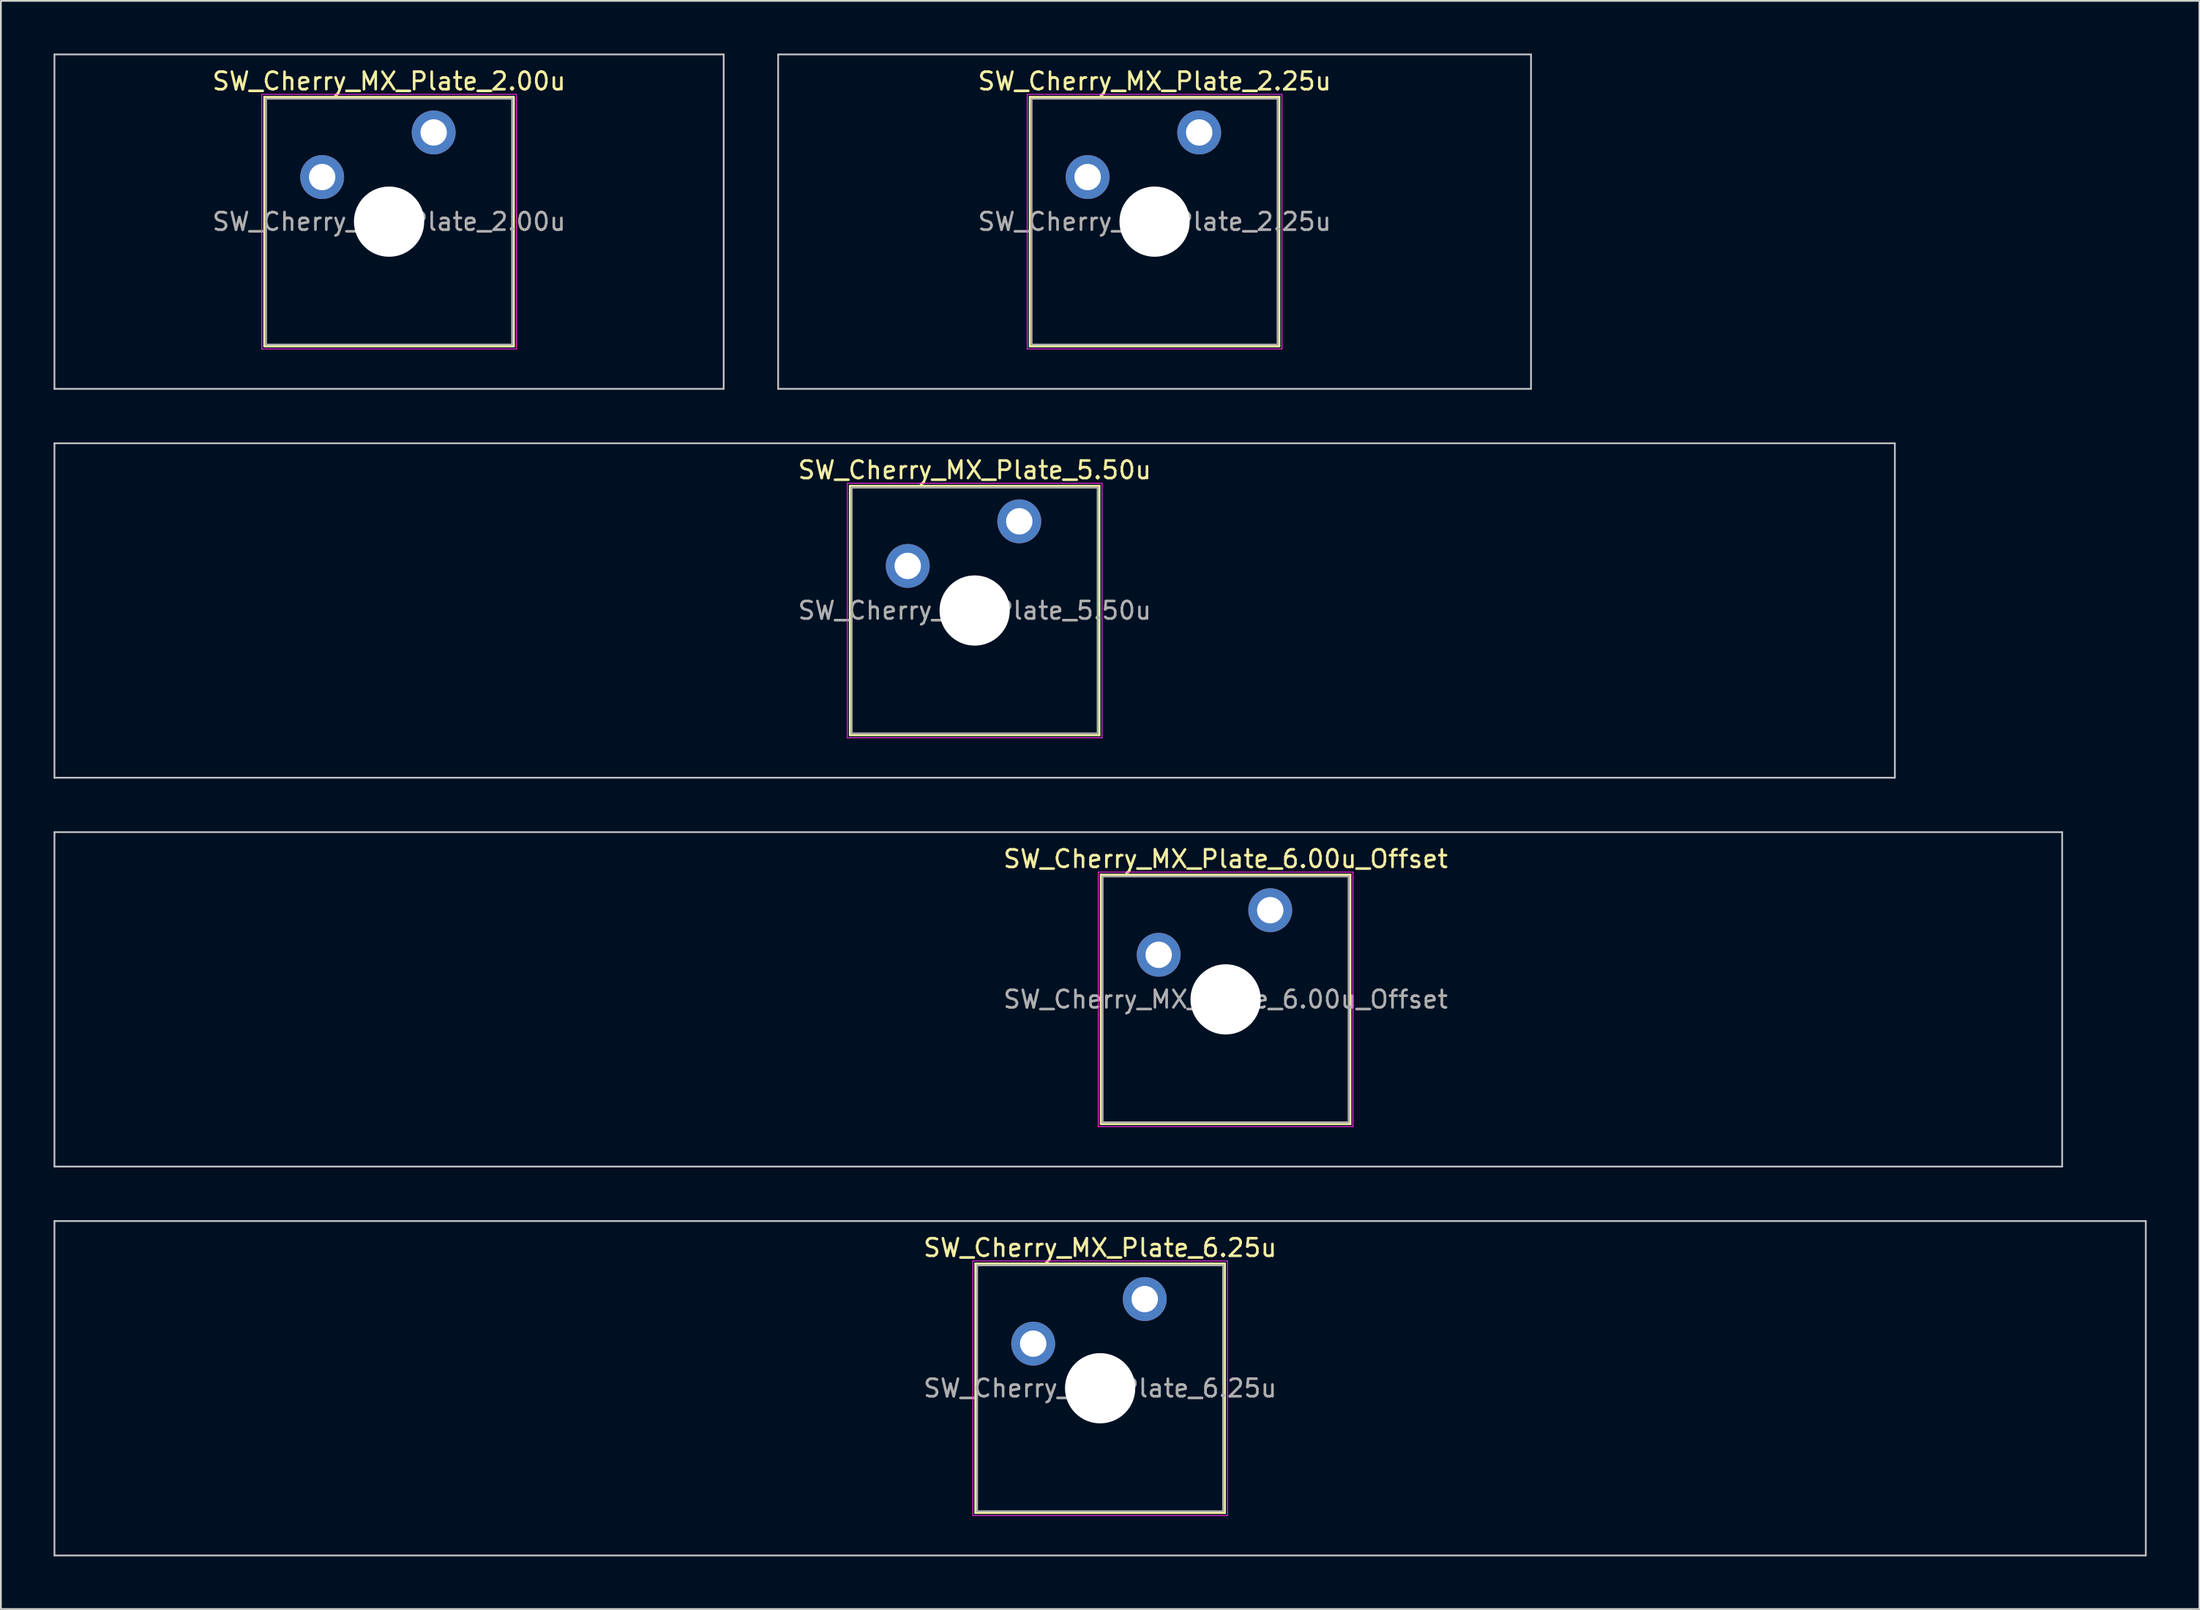
<source format=kicad_pcb>
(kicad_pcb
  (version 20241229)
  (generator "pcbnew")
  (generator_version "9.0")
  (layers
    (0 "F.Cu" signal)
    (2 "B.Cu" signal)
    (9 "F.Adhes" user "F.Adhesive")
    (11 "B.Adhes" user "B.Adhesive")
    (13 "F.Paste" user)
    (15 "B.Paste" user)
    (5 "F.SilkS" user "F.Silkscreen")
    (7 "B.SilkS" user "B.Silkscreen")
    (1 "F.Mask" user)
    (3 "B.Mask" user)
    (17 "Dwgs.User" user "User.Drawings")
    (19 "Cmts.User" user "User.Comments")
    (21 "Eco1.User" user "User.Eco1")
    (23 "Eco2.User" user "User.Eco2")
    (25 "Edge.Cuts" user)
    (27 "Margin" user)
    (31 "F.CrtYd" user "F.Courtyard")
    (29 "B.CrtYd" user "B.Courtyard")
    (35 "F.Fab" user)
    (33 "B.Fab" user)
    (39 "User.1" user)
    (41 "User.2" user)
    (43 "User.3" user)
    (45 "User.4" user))
  (footprint "SW_Cherry_MX_Plate_6.00u_Offset"
    (layer "F.Cu")
    (at 66.725 53.875)
    (property "Reference" "SW_Cherry_MX_Plate_6.00u_Offset" (at 0 -8 0) (layer "F.SilkS") (effects (font (size 1 1) (thickness 0.15))))
    (attr through_hole)
    (fp_line (start -7.1 -7.1) (end -7.1 7.1) (stroke (width 0.12) (type solid)) (layer "F.SilkS"))
    (fp_line (start -7.1 7.1) (end 7.1 7.1) (stroke (width 0.12) (type solid)) (layer "F.SilkS"))
    (fp_line (start 7.1 -7.1) (end -7.1 -7.1) (stroke (width 0.12) (type solid)) (layer "F.SilkS"))
    (fp_line (start 7.1 7.1) (end 7.1 -7.1) (stroke (width 0.12) (type solid)) (layer "F.SilkS"))
    (fp_line (start -66.675 -9.525) (end -66.675 9.525) (stroke (width 0.1) (type solid)) (layer "Dwgs.User"))
    (fp_line (start -66.675 9.525) (end 47.625 9.525) (stroke (width 0.1) (type solid)) (layer "Dwgs.User"))
    (fp_line (start 47.625 -9.525) (end -66.675 -9.525) (stroke (width 0.1) (type solid)) (layer "Dwgs.User"))
    (fp_line (start 47.625 9.525) (end 47.625 -9.525) (stroke (width 0.1) (type solid)) (layer "Dwgs.User"))
    (fp_line (start -7 -7) (end -7 7) (stroke (width 0.1) (type solid)) (layer "Eco1.User"))
    (fp_line (start -7 7) (end 7 7) (stroke (width 0.1) (type solid)) (layer "Eco1.User"))
    (fp_line (start 7 -7) (end -7 -7) (stroke (width 0.1) (type solid)) (layer "Eco1.User"))
    (fp_line (start 7 7) (end 7 -7) (stroke (width 0.1) (type solid)) (layer "Eco1.User"))
    (fp_line (start -7.25 -7.25) (end -7.25 7.25) (stroke (width 0.05) (type solid)) (layer "F.CrtYd"))
    (fp_line (start -7.25 7.25) (end 7.25 7.25) (stroke (width 0.05) (type solid)) (layer "F.CrtYd"))
    (fp_line (start 7.25 -7.25) (end -7.25 -7.25) (stroke (width 0.05) (type solid)) (layer "F.CrtYd"))
    (fp_line (start 7.25 7.25) (end 7.25 -7.25) (stroke (width 0.05) (type solid)) (layer "F.CrtYd"))
    (fp_line (start -7 -7) (end -7 7) (stroke (width 0.1) (type solid)) (layer "F.Fab"))
    (fp_line (start -7 7) (end 7 7) (stroke (width 0.1) (type solid)) (layer "F.Fab"))
    (fp_line (start 7 -7) (end -7 -7) (stroke (width 0.1) (type solid)) (layer "F.Fab"))
    (fp_line (start 7 7) (end 7 -7) (stroke (width 0.1) (type solid)) (layer "F.Fab"))
    (fp_text user "${REFERENCE}" (at 0 0 0) (layer "F.Fab") (effects (font (size 1 1) (thickness 0.15))))
    (pad "" np_thru_hole circle (at 0 0) (size 4 4) (drill 4) (layers "*.Cu" "*.Mask"))
    (pad "1" thru_hole circle (at -3.81 -2.54) (size 2.5 2.5) (drill 1.5) (layers "*.Cu" "*.Mask"))
    (pad "2" thru_hole circle (at 2.54 -5.08) (size 2.5 2.5) (drill 1.5) (layers "*.Cu" "*.Mask")))
  (footprint "SW_Cherry_MX_Plate_5.50u"
    (layer "F.Cu")
    (at 52.438 31.725)
    (property "Reference" "SW_Cherry_MX_Plate_5.50u" (at 0 -8 0) (layer "F.SilkS") (effects (font (size 1 1) (thickness 0.15))))
    (attr through_hole)
    (fp_line (start -7.1 -7.1) (end -7.1 7.1) (stroke (width 0.12) (type solid)) (layer "F.SilkS"))
    (fp_line (start -7.1 7.1) (end 7.1 7.1) (stroke (width 0.12) (type solid)) (layer "F.SilkS"))
    (fp_line (start 7.1 -7.1) (end -7.1 -7.1) (stroke (width 0.12) (type solid)) (layer "F.SilkS"))
    (fp_line (start 7.1 7.1) (end 7.1 -7.1) (stroke (width 0.12) (type solid)) (layer "F.SilkS"))
    (fp_line (start -52.388 -9.525) (end -52.388 9.525) (stroke (width 0.1) (type solid)) (layer "Dwgs.User"))
    (fp_line (start -52.388 9.525) (end 52.388 9.525) (stroke (width 0.1) (type solid)) (layer "Dwgs.User"))
    (fp_line (start 52.388 -9.525) (end -52.388 -9.525) (stroke (width 0.1) (type solid)) (layer "Dwgs.User"))
    (fp_line (start 52.388 9.525) (end 52.388 -9.525) (stroke (width 0.1) (type solid)) (layer "Dwgs.User"))
    (fp_line (start -7 -7) (end -7 7) (stroke (width 0.1) (type solid)) (layer "Eco1.User"))
    (fp_line (start -7 7) (end 7 7) (stroke (width 0.1) (type solid)) (layer "Eco1.User"))
    (fp_line (start 7 -7) (end -7 -7) (stroke (width 0.1) (type solid)) (layer "Eco1.User"))
    (fp_line (start 7 7) (end 7 -7) (stroke (width 0.1) (type solid)) (layer "Eco1.User"))
    (fp_line (start -7.25 -7.25) (end -7.25 7.25) (stroke (width 0.05) (type solid)) (layer "F.CrtYd"))
    (fp_line (start -7.25 7.25) (end 7.25 7.25) (stroke (width 0.05) (type solid)) (layer "F.CrtYd"))
    (fp_line (start 7.25 -7.25) (end -7.25 -7.25) (stroke (width 0.05) (type solid)) (layer "F.CrtYd"))
    (fp_line (start 7.25 7.25) (end 7.25 -7.25) (stroke (width 0.05) (type solid)) (layer "F.CrtYd"))
    (fp_line (start -7 -7) (end -7 7) (stroke (width 0.1) (type solid)) (layer "F.Fab"))
    (fp_line (start -7 7) (end 7 7) (stroke (width 0.1) (type solid)) (layer "F.Fab"))
    (fp_line (start 7 -7) (end -7 -7) (stroke (width 0.1) (type solid)) (layer "F.Fab"))
    (fp_line (start 7 7) (end 7 -7) (stroke (width 0.1) (type solid)) (layer "F.Fab"))
    (fp_text user "${REFERENCE}" (at 0 0 0) (layer "F.Fab") (effects (font (size 1 1) (thickness 0.15))))
    (pad "" np_thru_hole circle (at 0 0) (size 4 4) (drill 4) (layers "*.Cu" "*.Mask"))
    (pad "1" thru_hole circle (at -3.81 -2.54) (size 2.5 2.5) (drill 1.5) (layers "*.Cu" "*.Mask"))
    (pad "2" thru_hole circle (at 2.54 -5.08) (size 2.5 2.5) (drill 1.5) (layers "*.Cu" "*.Mask")))
  (footprint "SW_Cherry_MX_Plate_2.25u"
    (layer "F.Cu")
    (at 62.681 9.575)
    (property "Reference" "SW_Cherry_MX_Plate_2.25u" (at 0 -8 0) (layer "F.SilkS") (effects (font (size 1 1) (thickness 0.15))))
    (attr through_hole)
    (fp_line (start -7.1 -7.1) (end -7.1 7.1) (stroke (width 0.12) (type solid)) (layer "F.SilkS"))
    (fp_line (start -7.1 7.1) (end 7.1 7.1) (stroke (width 0.12) (type solid)) (layer "F.SilkS"))
    (fp_line (start 7.1 -7.1) (end -7.1 -7.1) (stroke (width 0.12) (type solid)) (layer "F.SilkS"))
    (fp_line (start 7.1 7.1) (end 7.1 -7.1) (stroke (width 0.12) (type solid)) (layer "F.SilkS"))
    (fp_line (start -21.431 -9.525) (end -21.431 9.525) (stroke (width 0.1) (type solid)) (layer "Dwgs.User"))
    (fp_line (start -21.431 9.525) (end 21.431 9.525) (stroke (width 0.1) (type solid)) (layer "Dwgs.User"))
    (fp_line (start 21.431 -9.525) (end -21.431 -9.525) (stroke (width 0.1) (type solid)) (layer "Dwgs.User"))
    (fp_line (start 21.431 9.525) (end 21.431 -9.525) (stroke (width 0.1) (type solid)) (layer "Dwgs.User"))
    (fp_line (start -7 -7) (end -7 7) (stroke (width 0.1) (type solid)) (layer "Eco1.User"))
    (fp_line (start -7 7) (end 7 7) (stroke (width 0.1) (type solid)) (layer "Eco1.User"))
    (fp_line (start 7 -7) (end -7 -7) (stroke (width 0.1) (type solid)) (layer "Eco1.User"))
    (fp_line (start 7 7) (end 7 -7) (stroke (width 0.1) (type solid)) (layer "Eco1.User"))
    (fp_line (start -7.25 -7.25) (end -7.25 7.25) (stroke (width 0.05) (type solid)) (layer "F.CrtYd"))
    (fp_line (start -7.25 7.25) (end 7.25 7.25) (stroke (width 0.05) (type solid)) (layer "F.CrtYd"))
    (fp_line (start 7.25 -7.25) (end -7.25 -7.25) (stroke (width 0.05) (type solid)) (layer "F.CrtYd"))
    (fp_line (start 7.25 7.25) (end 7.25 -7.25) (stroke (width 0.05) (type solid)) (layer "F.CrtYd"))
    (fp_line (start -7 -7) (end -7 7) (stroke (width 0.1) (type solid)) (layer "F.Fab"))
    (fp_line (start -7 7) (end 7 7) (stroke (width 0.1) (type solid)) (layer "F.Fab"))
    (fp_line (start 7 -7) (end -7 -7) (stroke (width 0.1) (type solid)) (layer "F.Fab"))
    (fp_line (start 7 7) (end 7 -7) (stroke (width 0.1) (type solid)) (layer "F.Fab"))
    (fp_text user "${REFERENCE}" (at 0 0 0) (layer "F.Fab") (effects (font (size 1 1) (thickness 0.15))))
    (pad "" np_thru_hole circle (at 0 0) (size 4 4) (drill 4) (layers "*.Cu" "*.Mask"))
    (pad "1" thru_hole circle (at -3.81 -2.54) (size 2.5 2.5) (drill 1.5) (layers "*.Cu" "*.Mask"))
    (pad "2" thru_hole circle (at 2.54 -5.08) (size 2.5 2.5) (drill 1.5) (layers "*.Cu" "*.Mask")))
  (footprint "SW_Cherry_MX_Plate_6.25u"
    (layer "F.Cu")
    (at 59.581 76.025)
    (property "Reference" "SW_Cherry_MX_Plate_6.25u" (at 0 -8 0) (layer "F.SilkS") (effects (font (size 1 1) (thickness 0.15))))
    (attr through_hole)
    (fp_line (start -7.1 -7.1) (end -7.1 7.1) (stroke (width 0.12) (type solid)) (layer "F.SilkS"))
    (fp_line (start -7.1 7.1) (end 7.1 7.1) (stroke (width 0.12) (type solid)) (layer "F.SilkS"))
    (fp_line (start 7.1 -7.1) (end -7.1 -7.1) (stroke (width 0.12) (type solid)) (layer "F.SilkS"))
    (fp_line (start 7.1 7.1) (end 7.1 -7.1) (stroke (width 0.12) (type solid)) (layer "F.SilkS"))
    (fp_line (start -59.531 -9.525) (end -59.531 9.525) (stroke (width 0.1) (type solid)) (layer "Dwgs.User"))
    (fp_line (start -59.531 9.525) (end 59.531 9.525) (stroke (width 0.1) (type solid)) (layer "Dwgs.User"))
    (fp_line (start 59.531 -9.525) (end -59.531 -9.525) (stroke (width 0.1) (type solid)) (layer "Dwgs.User"))
    (fp_line (start 59.531 9.525) (end 59.531 -9.525) (stroke (width 0.1) (type solid)) (layer "Dwgs.User"))
    (fp_line (start -7 -7) (end -7 7) (stroke (width 0.1) (type solid)) (layer "Eco1.User"))
    (fp_line (start -7 7) (end 7 7) (stroke (width 0.1) (type solid)) (layer "Eco1.User"))
    (fp_line (start 7 -7) (end -7 -7) (stroke (width 0.1) (type solid)) (layer "Eco1.User"))
    (fp_line (start 7 7) (end 7 -7) (stroke (width 0.1) (type solid)) (layer "Eco1.User"))
    (fp_line (start -7.25 -7.25) (end -7.25 7.25) (stroke (width 0.05) (type solid)) (layer "F.CrtYd"))
    (fp_line (start -7.25 7.25) (end 7.25 7.25) (stroke (width 0.05) (type solid)) (layer "F.CrtYd"))
    (fp_line (start 7.25 -7.25) (end -7.25 -7.25) (stroke (width 0.05) (type solid)) (layer "F.CrtYd"))
    (fp_line (start 7.25 7.25) (end 7.25 -7.25) (stroke (width 0.05) (type solid)) (layer "F.CrtYd"))
    (fp_line (start -7 -7) (end -7 7) (stroke (width 0.1) (type solid)) (layer "F.Fab"))
    (fp_line (start -7 7) (end 7 7) (stroke (width 0.1) (type solid)) (layer "F.Fab"))
    (fp_line (start 7 -7) (end -7 -7) (stroke (width 0.1) (type solid)) (layer "F.Fab"))
    (fp_line (start 7 7) (end 7 -7) (stroke (width 0.1) (type solid)) (layer "F.Fab"))
    (fp_text user "${REFERENCE}" (at 0 0 0) (layer "F.Fab") (effects (font (size 1 1) (thickness 0.15))))
    (pad "" np_thru_hole circle (at 0 0) (size 4 4) (drill 4) (layers "*.Cu" "*.Mask"))
    (pad "1" thru_hole circle (at -3.81 -2.54) (size 2.5 2.5) (drill 1.5) (layers "*.Cu" "*.Mask"))
    (pad "2" thru_hole circle (at 2.54 -5.08) (size 2.5 2.5) (drill 1.5) (layers "*.Cu" "*.Mask")))
  (footprint "SW_Cherry_MX_Plate_2.00u"
    (layer "F.Cu")
    (at 19.1 9.575)
    (property "Reference" "SW_Cherry_MX_Plate_2.00u" (at 0 -8 0) (layer "F.SilkS") (effects (font (size 1 1) (thickness 0.15))))
    (attr through_hole)
    (fp_line (start -7.1 -7.1) (end -7.1 7.1) (stroke (width 0.12) (type solid)) (layer "F.SilkS"))
    (fp_line (start -7.1 7.1) (end 7.1 7.1) (stroke (width 0.12) (type solid)) (layer "F.SilkS"))
    (fp_line (start 7.1 -7.1) (end -7.1 -7.1) (stroke (width 0.12) (type solid)) (layer "F.SilkS"))
    (fp_line (start 7.1 7.1) (end 7.1 -7.1) (stroke (width 0.12) (type solid)) (layer "F.SilkS"))
    (fp_line (start -19.05 -9.525) (end -19.05 9.525) (stroke (width 0.1) (type solid)) (layer "Dwgs.User"))
    (fp_line (start -19.05 9.525) (end 19.05 9.525) (stroke (width 0.1) (type solid)) (layer "Dwgs.User"))
    (fp_line (start 19.05 -9.525) (end -19.05 -9.525) (stroke (width 0.1) (type solid)) (layer "Dwgs.User"))
    (fp_line (start 19.05 9.525) (end 19.05 -9.525) (stroke (width 0.1) (type solid)) (layer "Dwgs.User"))
    (fp_line (start -7 -7) (end -7 7) (stroke (width 0.1) (type solid)) (layer "Eco1.User"))
    (fp_line (start -7 7) (end 7 7) (stroke (width 0.1) (type solid)) (layer "Eco1.User"))
    (fp_line (start 7 -7) (end -7 -7) (stroke (width 0.1) (type solid)) (layer "Eco1.User"))
    (fp_line (start 7 7) (end 7 -7) (stroke (width 0.1) (type solid)) (layer "Eco1.User"))
    (fp_line (start -7.25 -7.25) (end -7.25 7.25) (stroke (width 0.05) (type solid)) (layer "F.CrtYd"))
    (fp_line (start -7.25 7.25) (end 7.25 7.25) (stroke (width 0.05) (type solid)) (layer "F.CrtYd"))
    (fp_line (start 7.25 -7.25) (end -7.25 -7.25) (stroke (width 0.05) (type solid)) (layer "F.CrtYd"))
    (fp_line (start 7.25 7.25) (end 7.25 -7.25) (stroke (width 0.05) (type solid)) (layer "F.CrtYd"))
    (fp_line (start -7 -7) (end -7 7) (stroke (width 0.1) (type solid)) (layer "F.Fab"))
    (fp_line (start -7 7) (end 7 7) (stroke (width 0.1) (type solid)) (layer "F.Fab"))
    (fp_line (start 7 -7) (end -7 -7) (stroke (width 0.1) (type solid)) (layer "F.Fab"))
    (fp_line (start 7 7) (end 7 -7) (stroke (width 0.1) (type solid)) (layer "F.Fab"))
    (fp_text user "${REFERENCE}" (at 0 0 0) (layer "F.Fab") (effects (font (size 1 1) (thickness 0.15))))
    (pad "" np_thru_hole circle (at 0 0) (size 4 4) (drill 4) (layers "*.Cu" "*.Mask"))
    (pad "1" thru_hole circle (at -3.81 -2.54) (size 2.5 2.5) (drill 1.5) (layers "*.Cu" "*.Mask"))
    (pad "2" thru_hole circle (at 2.54 -5.08) (size 2.5 2.5) (drill 1.5) (layers "*.Cu" "*.Mask")))
  (gr_rect
    (start -3 -3)
    (end 122.162 88.6)
    (stroke (width 0.1) (type default))
    (fill no)
    (layer "Edge.Cuts")))
</source>
